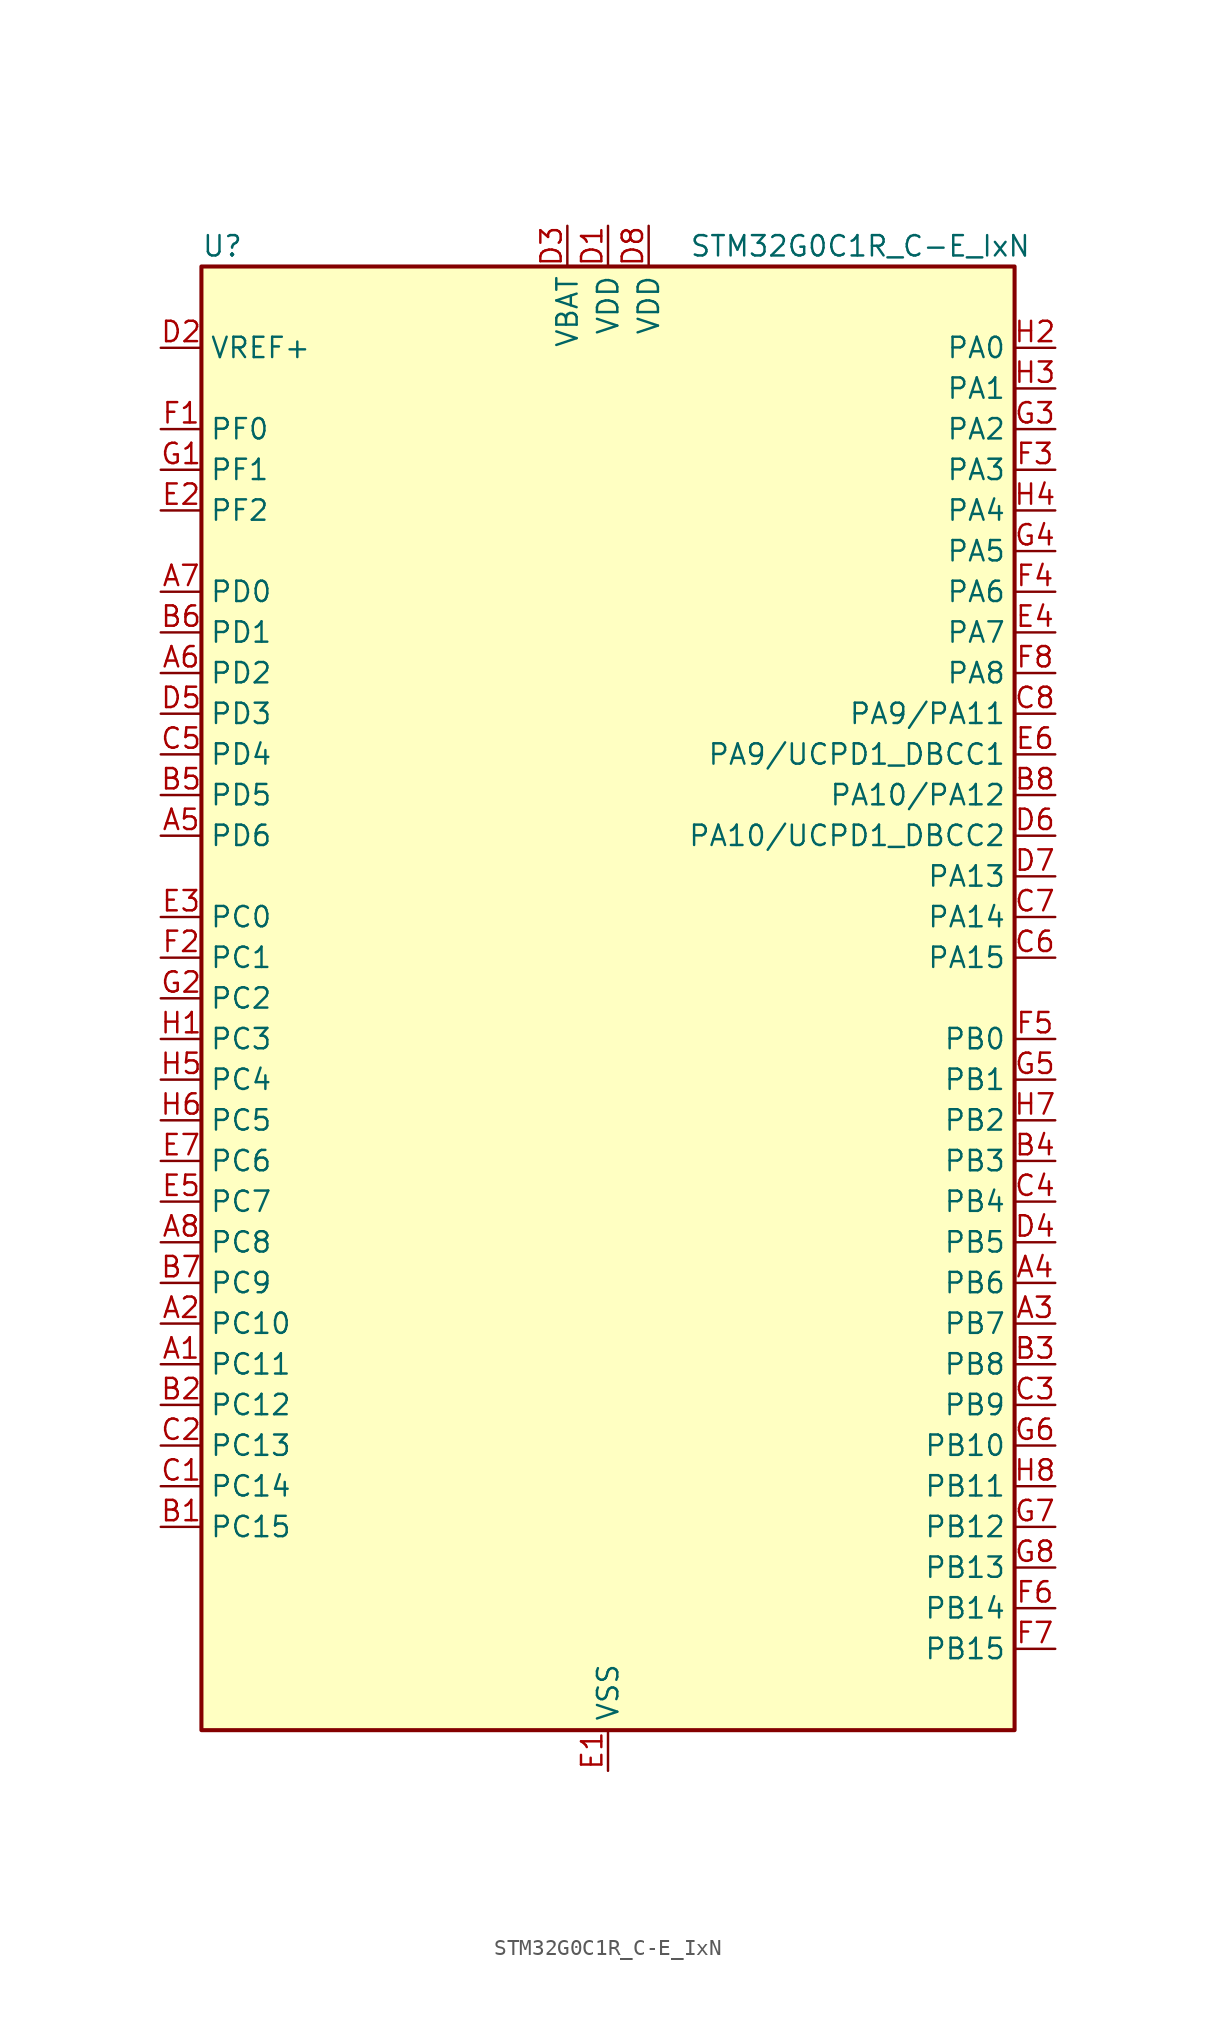
<source format=kicad_sym>
(kicad_symbol_lib
  (version 20231120)
  (generator "kicad-library-utils")
  (generator_version "8.0")
  (symbol "STM32G0C1R_C-E_IxN"
    (property "Reference" "U"
      (at -25.4 46.99 0)
      (effects (font (size 1.27 1.27)) (justify left)))
    (property "Value" "STM32G0C1R_C-E_IxN"
      (at 5.08 46.99 0)
      (effects (font (size 1.27 1.27)) (justify left)))
    (symbol "STM32G0C1R_C-E_IxN_0_1"
      (rectangle (start -25.4 -45.72) (end 25.4 45.72) (stroke (width 0.254) (type default)) (fill (type background))))
    (symbol "STM32G0C1R_C-E_IxN_1_1"
      (pin bidirectional line (at -27.94 -22.86 0) (length 2.54) (name "PC11" (effects (font (size 1.27 1.27)))) (number "A1" (effects (font (size 1.27 1.27)))) (alternate "ADC1_EXTI11" bidirectional line) (alternate "SPI3_MISO" bidirectional line) (alternate "TIM1_CH4" bidirectional line) (alternate "USART3_RX" bidirectional line) (alternate "USART4_RX" bidirectional line))
      (pin bidirectional line (at -27.94 -20.32 0) (length 2.54) (name "PC10" (effects (font (size 1.27 1.27)))) (number "A2" (effects (font (size 1.27 1.27)))) (alternate "SPI3_SCK" bidirectional line) (alternate "TIM1_CH3" bidirectional line) (alternate "USART3_TX" bidirectional line) (alternate "USART4_TX" bidirectional line))
      (pin bidirectional line (at 27.94 -20.32 180) (length 2.54) (name "PB7" (effects (font (size 1.27 1.27)))) (number "A3" (effects (font (size 1.27 1.27)))) (alternate "COMP2_INM" bidirectional line) (alternate "I2C1_SDA" bidirectional line) (alternate "I2S2_SD" bidirectional line) (alternate "LPTIM1_IN2" bidirectional line) (alternate "LPUART2_RX" bidirectional line) (alternate "SPI2_MOSI" bidirectional line) (alternate "SYS_PVD_IN" bidirectional line) (alternate "TIM17_CH1N" bidirectional line) (alternate "TIM4_CH2" bidirectional line) (alternate "USART1_RX" bidirectional line) (alternate "USART4_CTS" bidirectional line) (alternate "USART4_NSS" bidirectional line))
      (pin bidirectional line (at 27.94 -17.78 180) (length 2.54) (name "PB6" (effects (font (size 1.27 1.27)))) (number "A4" (effects (font (size 1.27 1.27)))) (alternate "COMP2_INP" bidirectional line) (alternate "FDCAN2_TX" bidirectional line) (alternate "I2C1_SCL" bidirectional line) (alternate "I2S2_MCK" bidirectional line) (alternate "LPTIM1_ETR" bidirectional line) (alternate "LPUART2_TX" bidirectional line) (alternate "SPI2_MISO" bidirectional line) (alternate "TIM16_CH1N" bidirectional line) (alternate "TIM1_CH3" bidirectional line) (alternate "TIM4_CH1" bidirectional line) (alternate "USART1_TX" bidirectional line) (alternate "USART5_CTS" bidirectional line) (alternate "USART5_NSS" bidirectional line))
      (pin bidirectional line (at -27.94 10.16 0) (length 2.54) (name "PD6" (effects (font (size 1.27 1.27)))) (number "A5" (effects (font (size 1.27 1.27)))) (alternate "I2S1_SD" bidirectional line) (alternate "LPTIM2_OUT" bidirectional line) (alternate "SPI1_MOSI" bidirectional line) (alternate "USART2_RX" bidirectional line))
      (pin bidirectional line (at -27.94 20.32 0) (length 2.54) (name "PD2" (effects (font (size 1.27 1.27)))) (number "A6" (effects (font (size 1.27 1.27)))) (alternate "TIM1_CH1N" bidirectional line) (alternate "TIM3_ETR" bidirectional line) (alternate "UCPD2_CC2" bidirectional line) (alternate "USART3_CK" bidirectional line) (alternate "USART3_DE" bidirectional line) (alternate "USART3_RTS" bidirectional line) (alternate "USART5_RX" bidirectional line))
      (pin bidirectional line (at -27.94 25.4 0) (length 2.54) (name "PD0" (effects (font (size 1.27 1.27)))) (number "A7" (effects (font (size 1.27 1.27)))) (alternate "FDCAN1_RX" bidirectional line) (alternate "I2S2_WS" bidirectional line) (alternate "SPI2_NSS" bidirectional line) (alternate "TIM16_CH1" bidirectional line) (alternate "UCPD2_CC1" bidirectional line))
      (pin bidirectional line (at -27.94 -15.24 0) (length 2.54) (name "PC8" (effects (font (size 1.27 1.27)))) (number "A8" (effects (font (size 1.27 1.27)))) (alternate "LPUART2_CTS" bidirectional line) (alternate "TIM1_CH1" bidirectional line) (alternate "TIM3_CH3" bidirectional line) (alternate "UCPD2_FRSTX1" bidirectional line) (alternate "UCPD2_FRSTX2" bidirectional line))
      (pin bidirectional line (at -27.94 -33.02 0) (length 2.54) (name "PC15" (effects (font (size 1.27 1.27)))) (number "B1" (effects (font (size 1.27 1.27)))) (alternate "RCC_OSC32_EN" bidirectional line) (alternate "RCC_OSC32_OUT" bidirectional line) (alternate "RCC_OSC_EN" bidirectional line) (alternate "TIM15_BK" bidirectional line))
      (pin bidirectional line (at -27.94 -25.4 0) (length 2.54) (name "PC12" (effects (font (size 1.27 1.27)))) (number "B2" (effects (font (size 1.27 1.27)))) (alternate "LPTIM1_IN1" bidirectional line) (alternate "SPI3_MOSI" bidirectional line) (alternate "TIM14_CH1" bidirectional line) (alternate "UCPD1_FRSTX1" bidirectional line) (alternate "UCPD1_FRSTX2" bidirectional line) (alternate "USART5_TX" bidirectional line))
      (pin bidirectional line (at 27.94 -22.86 180) (length 2.54) (name "PB8" (effects (font (size 1.27 1.27)))) (number "B3" (effects (font (size 1.27 1.27)))) (alternate "CEC" bidirectional line) (alternate "FDCAN1_RX" bidirectional line) (alternate "I2C1_SCL" bidirectional line) (alternate "I2S2_CK" bidirectional line) (alternate "SPI2_SCK" bidirectional line) (alternate "TIM15_BK" bidirectional line) (alternate "TIM16_CH1" bidirectional line) (alternate "TIM4_CH3" bidirectional line) (alternate "USART3_TX" bidirectional line) (alternate "USART6_TX" bidirectional line))
      (pin bidirectional line (at 27.94 -10.16 180) (length 2.54) (name "PB3" (effects (font (size 1.27 1.27)))) (number "B4" (effects (font (size 1.27 1.27)))) (alternate "COMP2_INM" bidirectional line) (alternate "I2C2_SCL" bidirectional line) (alternate "I2C3_SCL" bidirectional line) (alternate "I2S1_CK" bidirectional line) (alternate "SPI1_SCK" bidirectional line) (alternate "SPI3_SCK" bidirectional line) (alternate "TIM1_CH2" bidirectional line) (alternate "TIM2_CH2" bidirectional line) (alternate "USART1_CK" bidirectional line) (alternate "USART1_DE" bidirectional line) (alternate "USART1_RTS" bidirectional line) (alternate "USART5_TX" bidirectional line))
      (pin bidirectional line (at -27.94 12.7 0) (length 2.54) (name "PD5" (effects (font (size 1.27 1.27)))) (number "B5" (effects (font (size 1.27 1.27)))) (alternate "I2S1_MCK" bidirectional line) (alternate "SPI1_MISO" bidirectional line) (alternate "TIM1_BK" bidirectional line) (alternate "USART2_TX" bidirectional line) (alternate "USART5_CTS" bidirectional line) (alternate "USART5_NSS" bidirectional line))
      (pin bidirectional line (at -27.94 22.86 0) (length 2.54) (name "PD1" (effects (font (size 1.27 1.27)))) (number "B6" (effects (font (size 1.27 1.27)))) (alternate "FDCAN1_TX" bidirectional line) (alternate "I2S2_CK" bidirectional line) (alternate "SPI2_SCK" bidirectional line) (alternate "TIM17_CH1" bidirectional line) (alternate "UCPD2_DBCC1" bidirectional line))
      (pin bidirectional line (at -27.94 -17.78 0) (length 2.54) (name "PC9" (effects (font (size 1.27 1.27)))) (number "B7" (effects (font (size 1.27 1.27)))) (alternate "DAC1_EXTI9" bidirectional line) (alternate "I2S_CKIN" bidirectional line) (alternate "LPUART2_DE" bidirectional line) (alternate "LPUART2_RTS" bidirectional line) (alternate "TIM1_CH2" bidirectional line) (alternate "TIM3_CH4" bidirectional line) (alternate "USB_NOE" bidirectional line))
      (pin bidirectional line (at 27.94 12.7 180) (length 2.54) (name "PA10/PA12" (effects (font (size 1.27 1.27)))) (number "B8" (effects (font (size 1.27 1.27)))) (alternate "PA10" bidirectional line) (alternate "I2C1_SDA (PA10)" bidirectional line) (alternate "I2C2_SDA (PA10)" bidirectional line) (alternate "I2S2_SD (PA10)" bidirectional line) (alternate "RCC_MCO_2 (PA10)" bidirectional line) (alternate "SPI2_MOSI (PA10)" bidirectional line) (alternate "TIM17_BK (PA10)" bidirectional line) (alternate "TIM1_CH3 (PA10)" bidirectional line) (alternate "UCPD1_DBCC2 (PA10)" bidirectional line) (alternate "USART1_RX (PA10)" bidirectional line) (alternate "PA12" bidirectional line) (alternate "COMP2_OUT (PA12)" bidirectional line) (alternate "FDCAN1_TX (PA12)" bidirectional line) (alternate "I2C2_SDA (PA12)" bidirectional line) (alternate "I2S1_SD (PA12)" bidirectional line) (alternate "I2S_CKIN (PA12)" bidirectional line) (alternate "SPI1_MOSI (PA12)" bidirectional line) (alternate "TIM1_ETR (PA12)" bidirectional line) (alternate "USART1_CK (PA12)" bidirectional line) (alternate "USART1_DE (PA12)" bidirectional line) (alternate "USART1_RTS (PA12)" bidirectional line) (alternate "USB_DP (PA12)" bidirectional line))
      (pin bidirectional line (at -27.94 -30.48 0) (length 2.54) (name "PC14" (effects (font (size 1.27 1.27)))) (number "C1" (effects (font (size 1.27 1.27)))) (alternate "RCC_OSC32_IN" bidirectional line) (alternate "TIM1_BK2" bidirectional line))
      (pin bidirectional line (at -27.94 -27.94 0) (length 2.54) (name "PC13" (effects (font (size 1.27 1.27)))) (number "C2" (effects (font (size 1.27 1.27)))) (alternate "RTC_OUT1" bidirectional line) (alternate "RTC_TAMP_IN1" bidirectional line) (alternate "RTC_TS" bidirectional line) (alternate "SYS_WKUP2" bidirectional line) (alternate "TIM1_BK" bidirectional line))
      (pin bidirectional line (at 27.94 -25.4 180) (length 2.54) (name "PB9" (effects (font (size 1.27 1.27)))) (number "C3" (effects (font (size 1.27 1.27)))) (alternate "DAC1_EXTI9" bidirectional line) (alternate "FDCAN1_TX" bidirectional line) (alternate "I2C1_SDA" bidirectional line) (alternate "I2S2_WS" bidirectional line) (alternate "IR_OUT" bidirectional line) (alternate "SPI2_NSS" bidirectional line) (alternate "TIM17_CH1" bidirectional line) (alternate "TIM4_CH4" bidirectional line) (alternate "UCPD2_FRSTX1" bidirectional line) (alternate "UCPD2_FRSTX2" bidirectional line) (alternate "USART3_RX" bidirectional line) (alternate "USART6_RX" bidirectional line))
      (pin bidirectional line (at 27.94 -12.7 180) (length 2.54) (name "PB4" (effects (font (size 1.27 1.27)))) (number "C4" (effects (font (size 1.27 1.27)))) (alternate "COMP2_INP" bidirectional line) (alternate "I2C2_SDA" bidirectional line) (alternate "I2C3_SDA" bidirectional line) (alternate "I2S1_MCK" bidirectional line) (alternate "SPI1_MISO" bidirectional line) (alternate "SPI3_MISO" bidirectional line) (alternate "TIM17_BK" bidirectional line) (alternate "TIM3_CH1" bidirectional line) (alternate "USART1_CTS" bidirectional line) (alternate "USART1_NSS" bidirectional line) (alternate "USART5_RX" bidirectional line))
      (pin bidirectional line (at -27.94 15.24 0) (length 2.54) (name "PD4" (effects (font (size 1.27 1.27)))) (number "C5" (effects (font (size 1.27 1.27)))) (alternate "I2S2_SD" bidirectional line) (alternate "SPI2_MOSI" bidirectional line) (alternate "TIM1_CH3N" bidirectional line) (alternate "USART2_CK" bidirectional line) (alternate "USART2_DE" bidirectional line) (alternate "USART2_RTS" bidirectional line) (alternate "USART5_CK" bidirectional line) (alternate "USART5_DE" bidirectional line) (alternate "USART5_RTS" bidirectional line))
      (pin bidirectional line (at 27.94 2.54 180) (length 2.54) (name "PA15" (effects (font (size 1.27 1.27)))) (number "C6" (effects (font (size 1.27 1.27)))) (alternate "I2C2_SMBA" bidirectional line) (alternate "I2S1_WS" bidirectional line) (alternate "RCC_MCO_2" bidirectional line) (alternate "SPI1_NSS" bidirectional line) (alternate "SPI3_NSS" bidirectional line) (alternate "TIM2_CH1" bidirectional line) (alternate "TIM2_ETR" bidirectional line) (alternate "USART2_RX" bidirectional line) (alternate "USART3_CK" bidirectional line) (alternate "USART3_DE" bidirectional line) (alternate "USART3_RTS" bidirectional line) (alternate "USART4_CK" bidirectional line) (alternate "USART4_DE" bidirectional line) (alternate "USART4_RTS" bidirectional line) (alternate "USB_NOE" bidirectional line))
      (pin bidirectional line (at 27.94 5.08 180) (length 2.54) (name "PA14" (effects (font (size 1.27 1.27)))) (number "C7" (effects (font (size 1.27 1.27)))) (alternate "LPUART2_TX" bidirectional line) (alternate "SYS_SWCLK" bidirectional line) (alternate "USART2_TX" bidirectional line))
      (pin bidirectional line (at 27.94 17.78 180) (length 2.54) (name "PA9/PA11" (effects (font (size 1.27 1.27)))) (number "C8" (effects (font (size 1.27 1.27)))) (alternate "PA9" bidirectional line) (alternate "DAC1_EXTI9 (PA9)" bidirectional line) (alternate "I2C1_SCL (PA9)" bidirectional line) (alternate "I2C2_SCL (PA9)" bidirectional line) (alternate "I2S2_MCK (PA9)" bidirectional line) (alternate "RCC_MCO (PA9)" bidirectional line) (alternate "SPI2_MISO (PA9)" bidirectional line) (alternate "TIM15_BK (PA9)" bidirectional line) (alternate "TIM1_CH2 (PA9)" bidirectional line) (alternate "UCPD1_DBCC1 (PA9)" bidirectional line) (alternate "USART1_TX (PA9)" bidirectional line) (alternate "PA11" bidirectional line) (alternate "ADC1_EXTI11 (PA11)" bidirectional line) (alternate "COMP1_OUT (PA11)" bidirectional line) (alternate "FDCAN1_RX (PA11)" bidirectional line) (alternate "I2C2_SCL (PA11)" bidirectional line) (alternate "I2S1_MCK (PA11)" bidirectional line) (alternate "SPI1_MISO (PA11)" bidirectional line) (alternate "TIM1_BK2 (PA11)" bidirectional line) (alternate "TIM1_CH4 (PA11)" bidirectional line) (alternate "USART1_CTS (PA11)" bidirectional line) (alternate "USART1_NSS (PA11)" bidirectional line) (alternate "USB_DM (PA11)" bidirectional line))
      (pin power_in line (at 0 48.26 270) (length 2.54) (name "VDD" (effects (font (size 1.27 1.27)))) (number "D1" (effects (font (size 1.27 1.27)))))
      (pin input line (at -27.94 40.64 0) (length 2.54) (name "VREF+" (effects (font (size 1.27 1.27)))) (number "D2" (effects (font (size 1.27 1.27)))) (alternate "VREFBUF_OUT" bidirectional line))
      (pin power_in line (at -2.54 48.26 270) (length 2.54) (name "VBAT" (effects (font (size 1.27 1.27)))) (number "D3" (effects (font (size 1.27 1.27)))))
      (pin bidirectional line (at 27.94 -15.24 180) (length 2.54) (name "PB5" (effects (font (size 1.27 1.27)))) (number "D4" (effects (font (size 1.27 1.27)))) (alternate "COMP2_OUT" bidirectional line) (alternate "FDCAN2_RX" bidirectional line) (alternate "I2C1_SMBA" bidirectional line) (alternate "I2S1_SD" bidirectional line) (alternate "LPTIM1_IN1" bidirectional line) (alternate "SPI1_MOSI" bidirectional line) (alternate "SPI3_MOSI" bidirectional line) (alternate "SYS_WKUP6" bidirectional line) (alternate "TIM16_BK" bidirectional line) (alternate "TIM3_CH2" bidirectional line) (alternate "USART5_CK" bidirectional line) (alternate "USART5_DE" bidirectional line) (alternate "USART5_RTS" bidirectional line))
      (pin bidirectional line (at -27.94 17.78 0) (length 2.54) (name "PD3" (effects (font (size 1.27 1.27)))) (number "D5" (effects (font (size 1.27 1.27)))) (alternate "I2S2_MCK" bidirectional line) (alternate "SPI2_MISO" bidirectional line) (alternate "TIM1_CH2N" bidirectional line) (alternate "UCPD2_DBCC2" bidirectional line) (alternate "USART2_CTS" bidirectional line) (alternate "USART2_NSS" bidirectional line) (alternate "USART5_TX" bidirectional line))
      (pin bidirectional line (at 27.94 10.16 180) (length 2.54) (name "PA10/UCPD1_DBCC2" (effects (font (size 1.27 1.27)))) (number "D6" (effects (font (size 1.27 1.27)))) (alternate "PA10" bidirectional line) (alternate "I2C1_SDA (PA10)" bidirectional line) (alternate "I2C2_SDA (PA10)" bidirectional line) (alternate "I2S2_SD (PA10)" bidirectional line) (alternate "RCC_MCO_2 (PA10)" bidirectional line) (alternate "SPI2_MOSI (PA10)" bidirectional line) (alternate "TIM17_BK (PA10)" bidirectional line) (alternate "TIM1_CH3 (PA10)" bidirectional line) (alternate "UCPD1_DBCC2 (PA10)" bidirectional line) (alternate "USART1_RX (PA10)" bidirectional line) (alternate "UCPD1_DBCC2" bidirectional line) (alternate "UCPD1_DBCC2 (UCPD1_DBCC2)" bidirectional line))
      (pin bidirectional line (at 27.94 7.62 180) (length 2.54) (name "PA13" (effects (font (size 1.27 1.27)))) (number "D7" (effects (font (size 1.27 1.27)))) (alternate "IR_OUT" bidirectional line) (alternate "LPUART2_RX" bidirectional line) (alternate "SYS_SWDIO" bidirectional line) (alternate "USB_NOE" bidirectional line))
      (pin power_in line (at 2.54 48.26 270) (length 2.54) (name "VDD" (effects (font (size 1.27 1.27)))) (number "D8" (effects (font (size 1.27 1.27)))))
      (pin power_in line (at 0 -48.26 90) (length 2.54) (name "VSS" (effects (font (size 1.27 1.27)))) (number "E1" (effects (font (size 1.27 1.27)))))
      (pin bidirectional line (at -27.94 30.48 0) (length 2.54) (name "PF2" (effects (font (size 1.27 1.27)))) (number "E2" (effects (font (size 1.27 1.27)))) (alternate "LPUART2_DE" bidirectional line) (alternate "LPUART2_RTS" bidirectional line) (alternate "LPUART2_TX" bidirectional line) (alternate "RCC_MCO" bidirectional line))
      (pin bidirectional line (at -27.94 5.08 0) (length 2.54) (name "PC0" (effects (font (size 1.27 1.27)))) (number "E3" (effects (font (size 1.27 1.27)))) (alternate "COMP3_INM" bidirectional line) (alternate "COMP3_OUT" bidirectional line) (alternate "I2C3_SCL" bidirectional line) (alternate "LPTIM1_IN1" bidirectional line) (alternate "LPTIM2_IN1" bidirectional line) (alternate "LPUART1_RX" bidirectional line) (alternate "LPUART2_TX" bidirectional line) (alternate "USART6_TX" bidirectional line))
      (pin bidirectional line (at 27.94 22.86 180) (length 2.54) (name "PA7" (effects (font (size 1.27 1.27)))) (number "E4" (effects (font (size 1.27 1.27)))) (alternate "ADC1_IN7" bidirectional line) (alternate "COMP2_OUT" bidirectional line) (alternate "I2C2_SCL" bidirectional line) (alternate "I2C3_SCL" bidirectional line) (alternate "I2S1_SD" bidirectional line) (alternate "SPI1_MOSI" bidirectional line) (alternate "TIM14_CH1" bidirectional line) (alternate "TIM17_CH1" bidirectional line) (alternate "TIM1_CH1N" bidirectional line) (alternate "TIM3_CH2" bidirectional line) (alternate "UCPD1_FRSTX1" bidirectional line) (alternate "UCPD1_FRSTX2" bidirectional line) (alternate "USART6_CK" bidirectional line) (alternate "USART6_DE" bidirectional line) (alternate "USART6_RTS" bidirectional line))
      (pin bidirectional line (at -27.94 -12.7 0) (length 2.54) (name "PC7" (effects (font (size 1.27 1.27)))) (number "E5" (effects (font (size 1.27 1.27)))) (alternate "LPUART2_RX" bidirectional line) (alternate "TIM2_CH4" bidirectional line) (alternate "TIM3_CH2" bidirectional line) (alternate "UCPD2_FRSTX1" bidirectional line) (alternate "UCPD2_FRSTX2" bidirectional line))
      (pin bidirectional line (at 27.94 15.24 180) (length 2.54) (name "PA9/UCPD1_DBCC1" (effects (font (size 1.27 1.27)))) (number "E6" (effects (font (size 1.27 1.27)))) (alternate "PA9" bidirectional line) (alternate "DAC1_EXTI9 (PA9)" bidirectional line) (alternate "I2C1_SCL (PA9)" bidirectional line) (alternate "I2C2_SCL (PA9)" bidirectional line) (alternate "I2S2_MCK (PA9)" bidirectional line) (alternate "RCC_MCO (PA9)" bidirectional line) (alternate "SPI2_MISO (PA9)" bidirectional line) (alternate "TIM15_BK (PA9)" bidirectional line) (alternate "TIM1_CH2 (PA9)" bidirectional line) (alternate "UCPD1_DBCC1 (PA9)" bidirectional line) (alternate "USART1_TX (PA9)" bidirectional line) (alternate "UCPD1_DBCC1" bidirectional line) (alternate "UCPD1_DBCC1 (UCPD1_DBCC1)" bidirectional line))
      (pin bidirectional line (at -27.94 -10.16 0) (length 2.54) (name "PC6" (effects (font (size 1.27 1.27)))) (number "E7" (effects (font (size 1.27 1.27)))) (alternate "LPUART2_TX" bidirectional line) (alternate "TIM2_CH3" bidirectional line) (alternate "TIM3_CH1" bidirectional line) (alternate "UCPD1_FRSTX1" bidirectional line) (alternate "UCPD1_FRSTX2" bidirectional line))
      (pin passive line (at 0 -48.26 90) (length 2.54) hide (name "VSS" (effects (font (size 1.27 1.27)))) (number "E8" (effects (font (size 1.27 1.27)))))
      (pin bidirectional line (at -27.94 35.56 0) (length 2.54) (name "PF0" (effects (font (size 1.27 1.27)))) (number "F1" (effects (font (size 1.27 1.27)))) (alternate "CRS1_SYNC" bidirectional line) (alternate "RCC_OSC_IN" bidirectional line) (alternate "TIM14_CH1" bidirectional line))
      (pin bidirectional line (at -27.94 2.54 0) (length 2.54) (name "PC1" (effects (font (size 1.27 1.27)))) (number "F2" (effects (font (size 1.27 1.27)))) (alternate "COMP3_INP" bidirectional line) (alternate "I2C3_SDA" bidirectional line) (alternate "LPTIM1_OUT" bidirectional line) (alternate "LPUART1_TX" bidirectional line) (alternate "LPUART2_RX" bidirectional line) (alternate "TIM15_CH1" bidirectional line) (alternate "USART6_RX" bidirectional line))
      (pin bidirectional line (at 27.94 33.02 180) (length 2.54) (name "PA3" (effects (font (size 1.27 1.27)))) (number "F3" (effects (font (size 1.27 1.27)))) (alternate "ADC1_IN3" bidirectional line) (alternate "COMP2_INP" bidirectional line) (alternate "I2S2_MCK" bidirectional line) (alternate "LPUART1_RX" bidirectional line) (alternate "SPI2_MISO" bidirectional line) (alternate "TIM15_CH2" bidirectional line) (alternate "TIM2_CH4" bidirectional line) (alternate "UCPD2_FRSTX1" bidirectional line) (alternate "UCPD2_FRSTX2" bidirectional line) (alternate "USART2_RX" bidirectional line))
      (pin bidirectional line (at 27.94 25.4 180) (length 2.54) (name "PA6" (effects (font (size 1.27 1.27)))) (number "F4" (effects (font (size 1.27 1.27)))) (alternate "ADC1_IN6" bidirectional line) (alternate "COMP1_OUT" bidirectional line) (alternate "I2C2_SDA" bidirectional line) (alternate "I2C3_SDA" bidirectional line) (alternate "I2S1_MCK" bidirectional line) (alternate "LPUART1_CTS" bidirectional line) (alternate "SPI1_MISO" bidirectional line) (alternate "TIM16_CH1" bidirectional line) (alternate "TIM1_BK" bidirectional line) (alternate "TIM3_CH1" bidirectional line) (alternate "USART3_CTS" bidirectional line) (alternate "USART3_NSS" bidirectional line) (alternate "USART6_CTS" bidirectional line) (alternate "USART6_NSS" bidirectional line))
      (pin bidirectional line (at 27.94 -2.54 180) (length 2.54) (name "PB0" (effects (font (size 1.27 1.27)))) (number "F5" (effects (font (size 1.27 1.27)))) (alternate "ADC1_IN8" bidirectional line) (alternate "COMP1_OUT" bidirectional line) (alternate "COMP3_INP" bidirectional line) (alternate "FDCAN2_RX" bidirectional line) (alternate "I2S1_WS" bidirectional line) (alternate "LPTIM1_OUT" bidirectional line) (alternate "LPUART2_CTS" bidirectional line) (alternate "SPI1_NSS" bidirectional line) (alternate "TIM1_CH2N" bidirectional line) (alternate "TIM3_CH3" bidirectional line) (alternate "UCPD1_FRSTX1" bidirectional line) (alternate "UCPD1_FRSTX2" bidirectional line) (alternate "USART3_RX" bidirectional line) (alternate "USART5_TX" bidirectional line))
      (pin bidirectional line (at 27.94 -38.1 180) (length 2.54) (name "PB14" (effects (font (size 1.27 1.27)))) (number "F6" (effects (font (size 1.27 1.27)))) (alternate "I2C2_SDA" bidirectional line) (alternate "I2S2_MCK" bidirectional line) (alternate "SPI2_MISO" bidirectional line) (alternate "TIM15_CH1" bidirectional line) (alternate "TIM1_CH2N" bidirectional line) (alternate "UCPD1_FRSTX1" bidirectional line) (alternate "UCPD1_FRSTX2" bidirectional line) (alternate "USART3_CK" bidirectional line) (alternate "USART3_DE" bidirectional line) (alternate "USART3_RTS" bidirectional line) (alternate "USART6_CK" bidirectional line) (alternate "USART6_DE" bidirectional line) (alternate "USART6_RTS" bidirectional line))
      (pin bidirectional line (at 27.94 -40.64 180) (length 2.54) (name "PB15" (effects (font (size 1.27 1.27)))) (number "F7" (effects (font (size 1.27 1.27)))) (alternate "I2S2_SD" bidirectional line) (alternate "RTC_REFIN" bidirectional line) (alternate "SPI2_MOSI" bidirectional line) (alternate "TIM15_CH1N" bidirectional line) (alternate "TIM15_CH2" bidirectional line) (alternate "TIM1_CH3N" bidirectional line) (alternate "UCPD1_CC2" bidirectional line) (alternate "USART6_CTS" bidirectional line) (alternate "USART6_NSS" bidirectional line))
      (pin bidirectional line (at 27.94 20.32 180) (length 2.54) (name "PA8" (effects (font (size 1.27 1.27)))) (number "F8" (effects (font (size 1.27 1.27)))) (alternate "CRS1_SYNC" bidirectional line) (alternate "I2C2_SMBA" bidirectional line) (alternate "I2S2_WS" bidirectional line) (alternate "LPTIM2_OUT" bidirectional line) (alternate "RCC_MCO" bidirectional line) (alternate "SPI2_NSS" bidirectional line) (alternate "TIM1_CH1" bidirectional line) (alternate "UCPD1_CC1" bidirectional line))
      (pin bidirectional line (at -27.94 33.02 0) (length 2.54) (name "PF1" (effects (font (size 1.27 1.27)))) (number "G1" (effects (font (size 1.27 1.27)))) (alternate "RCC_OSC_EN" bidirectional line) (alternate "RCC_OSC_OUT" bidirectional line) (alternate "TIM15_CH1N" bidirectional line))
      (pin bidirectional line (at -27.94 0 0) (length 2.54) (name "PC2" (effects (font (size 1.27 1.27)))) (number "G2" (effects (font (size 1.27 1.27)))) (alternate "COMP3_OUT" bidirectional line) (alternate "FDCAN2_RX" bidirectional line) (alternate "I2S2_MCK" bidirectional line) (alternate "LPTIM1_IN2" bidirectional line) (alternate "SPI2_MISO" bidirectional line) (alternate "TIM15_CH2" bidirectional line))
      (pin bidirectional line (at 27.94 35.56 180) (length 2.54) (name "PA2" (effects (font (size 1.27 1.27)))) (number "G3" (effects (font (size 1.27 1.27)))) (alternate "ADC1_IN2" bidirectional line) (alternate "COMP2_INM" bidirectional line) (alternate "COMP2_OUT" bidirectional line) (alternate "I2S1_SD" bidirectional line) (alternate "LPUART1_TX" bidirectional line) (alternate "RCC_LSCO" bidirectional line) (alternate "SPI1_MOSI" bidirectional line) (alternate "SYS_WKUP4" bidirectional line) (alternate "TIM15_CH1" bidirectional line) (alternate "TIM2_CH3" bidirectional line) (alternate "UCPD1_FRSTX1" bidirectional line) (alternate "UCPD1_FRSTX2" bidirectional line) (alternate "USART2_TX" bidirectional line))
      (pin bidirectional line (at 27.94 27.94 180) (length 2.54) (name "PA5" (effects (font (size 1.27 1.27)))) (number "G4" (effects (font (size 1.27 1.27)))) (alternate "ADC1_IN5" bidirectional line) (alternate "CEC" bidirectional line) (alternate "DAC1_OUT2" bidirectional line) (alternate "I2S1_CK" bidirectional line) (alternate "LPTIM2_ETR" bidirectional line) (alternate "SPI1_SCK" bidirectional line) (alternate "TIM2_CH1" bidirectional line) (alternate "TIM2_ETR" bidirectional line) (alternate "UCPD1_FRSTX1" bidirectional line) (alternate "UCPD1_FRSTX2" bidirectional line) (alternate "USART3_TX" bidirectional line) (alternate "USART6_RX" bidirectional line))
      (pin bidirectional line (at 27.94 -5.08 180) (length 2.54) (name "PB1" (effects (font (size 1.27 1.27)))) (number "G5" (effects (font (size 1.27 1.27)))) (alternate "ADC1_IN9" bidirectional line) (alternate "COMP1_INM" bidirectional line) (alternate "COMP3_OUT" bidirectional line) (alternate "FDCAN2_TX" bidirectional line) (alternate "LPTIM2_IN1" bidirectional line) (alternate "LPUART1_DE" bidirectional line) (alternate "LPUART1_RTS" bidirectional line) (alternate "LPUART2_DE" bidirectional line) (alternate "LPUART2_RTS" bidirectional line) (alternate "TIM14_CH1" bidirectional line) (alternate "TIM1_CH3N" bidirectional line) (alternate "TIM3_CH4" bidirectional line) (alternate "USART3_CK" bidirectional line) (alternate "USART3_DE" bidirectional line) (alternate "USART3_RTS" bidirectional line) (alternate "USART5_RX" bidirectional line))
      (pin bidirectional line (at 27.94 -27.94 180) (length 2.54) (name "PB10" (effects (font (size 1.27 1.27)))) (number "G6" (effects (font (size 1.27 1.27)))) (alternate "ADC1_IN11" bidirectional line) (alternate "CEC" bidirectional line) (alternate "COMP1_OUT" bidirectional line) (alternate "I2C2_SCL" bidirectional line) (alternate "I2S2_CK" bidirectional line) (alternate "LPUART1_RX" bidirectional line) (alternate "SPI2_SCK" bidirectional line) (alternate "TIM2_CH3" bidirectional line) (alternate "USART3_TX" bidirectional line))
      (pin bidirectional line (at 27.94 -33.02 180) (length 2.54) (name "PB12" (effects (font (size 1.27 1.27)))) (number "G7" (effects (font (size 1.27 1.27)))) (alternate "ADC1_IN16" bidirectional line) (alternate "FDCAN2_RX" bidirectional line) (alternate "I2C2_SMBA" bidirectional line) (alternate "I2S2_WS" bidirectional line) (alternate "LPUART1_DE" bidirectional line) (alternate "LPUART1_RTS" bidirectional line) (alternate "SPI2_NSS" bidirectional line) (alternate "TIM15_BK" bidirectional line) (alternate "TIM1_BK" bidirectional line) (alternate "UCPD2_FRSTX1" bidirectional line) (alternate "UCPD2_FRSTX2" bidirectional line))
      (pin bidirectional line (at 27.94 -35.56 180) (length 2.54) (name "PB13" (effects (font (size 1.27 1.27)))) (number "G8" (effects (font (size 1.27 1.27)))) (alternate "FDCAN2_TX" bidirectional line) (alternate "I2C2_SCL" bidirectional line) (alternate "I2S2_CK" bidirectional line) (alternate "LPUART1_CTS" bidirectional line) (alternate "SPI2_SCK" bidirectional line) (alternate "TIM15_CH1N" bidirectional line) (alternate "TIM1_CH1N" bidirectional line) (alternate "USART3_CTS" bidirectional line) (alternate "USART3_NSS" bidirectional line))
      (pin bidirectional line (at -27.94 -2.54 0) (length 2.54) (name "PC3" (effects (font (size 1.27 1.27)))) (number "H1" (effects (font (size 1.27 1.27)))) (alternate "FDCAN2_TX" bidirectional line) (alternate "I2S2_SD" bidirectional line) (alternate "LPTIM1_ETR" bidirectional line) (alternate "LPTIM2_ETR" bidirectional line) (alternate "SPI2_MOSI" bidirectional line))
      (pin bidirectional line (at 27.94 40.64 180) (length 2.54) (name "PA0" (effects (font (size 1.27 1.27)))) (number "H2" (effects (font (size 1.27 1.27)))) (alternate "ADC1_IN0" bidirectional line) (alternate "COMP1_INM" bidirectional line) (alternate "COMP1_OUT" bidirectional line) (alternate "I2S2_CK" bidirectional line) (alternate "LPTIM1_OUT" bidirectional line) (alternate "RTC_TAMP_IN2" bidirectional line) (alternate "SPI2_SCK" bidirectional line) (alternate "SYS_WKUP1" bidirectional line) (alternate "TIM2_CH1" bidirectional line) (alternate "TIM2_ETR" bidirectional line) (alternate "UCPD2_FRSTX1" bidirectional line) (alternate "UCPD2_FRSTX2" bidirectional line) (alternate "USART2_CTS" bidirectional line) (alternate "USART2_NSS" bidirectional line) (alternate "USART4_TX" bidirectional line))
      (pin bidirectional line (at 27.94 38.1 180) (length 2.54) (name "PA1" (effects (font (size 1.27 1.27)))) (number "H3" (effects (font (size 1.27 1.27)))) (alternate "ADC1_IN1" bidirectional line) (alternate "COMP1_INP" bidirectional line) (alternate "I2C1_SMBA" bidirectional line) (alternate "I2S1_CK" bidirectional line) (alternate "SPI1_SCK" bidirectional line) (alternate "TIM15_CH1N" bidirectional line) (alternate "TIM2_CH2" bidirectional line) (alternate "USART2_CK" bidirectional line) (alternate "USART2_DE" bidirectional line) (alternate "USART2_RTS" bidirectional line) (alternate "USART4_RX" bidirectional line))
      (pin bidirectional line (at 27.94 30.48 180) (length 2.54) (name "PA4" (effects (font (size 1.27 1.27)))) (number "H4" (effects (font (size 1.27 1.27)))) (alternate "ADC1_IN4" bidirectional line) (alternate "DAC1_OUT1" bidirectional line) (alternate "I2S1_WS" bidirectional line) (alternate "I2S2_SD" bidirectional line) (alternate "LPTIM2_OUT" bidirectional line) (alternate "RTC_OUT2" bidirectional line) (alternate "SPI1_NSS" bidirectional line) (alternate "SPI2_MOSI" bidirectional line) (alternate "SPI3_NSS" bidirectional line) (alternate "TIM14_CH1" bidirectional line) (alternate "UCPD2_FRSTX1" bidirectional line) (alternate "UCPD2_FRSTX2" bidirectional line) (alternate "USART6_TX" bidirectional line) (alternate "USB_NOE" bidirectional line))
      (pin bidirectional line (at -27.94 -5.08 0) (length 2.54) (name "PC4" (effects (font (size 1.27 1.27)))) (number "H5" (effects (font (size 1.27 1.27)))) (alternate "ADC1_IN17" bidirectional line) (alternate "COMP1_INM" bidirectional line) (alternate "FDCAN1_RX" bidirectional line) (alternate "TIM2_CH1" bidirectional line) (alternate "TIM2_ETR" bidirectional line) (alternate "USART1_TX" bidirectional line) (alternate "USART3_TX" bidirectional line))
      (pin bidirectional line (at -27.94 -7.62 0) (length 2.54) (name "PC5" (effects (font (size 1.27 1.27)))) (number "H6" (effects (font (size 1.27 1.27)))) (alternate "ADC1_IN18" bidirectional line) (alternate "COMP1_INP" bidirectional line) (alternate "FDCAN1_TX" bidirectional line) (alternate "SYS_WKUP5" bidirectional line) (alternate "TIM2_CH2" bidirectional line) (alternate "USART1_RX" bidirectional line) (alternate "USART3_RX" bidirectional line))
      (pin bidirectional line (at 27.94 -7.62 180) (length 2.54) (name "PB2" (effects (font (size 1.27 1.27)))) (number "H7" (effects (font (size 1.27 1.27)))) (alternate "ADC1_IN10" bidirectional line) (alternate "COMP1_INP" bidirectional line) (alternate "COMP3_INM" bidirectional line) (alternate "I2S2_MCK" bidirectional line) (alternate "LPTIM1_OUT" bidirectional line) (alternate "RCC_MCO_2" bidirectional line) (alternate "SPI2_MISO" bidirectional line) (alternate "USART3_TX" bidirectional line))
      (pin bidirectional line (at 27.94 -30.48 180) (length 2.54) (name "PB11" (effects (font (size 1.27 1.27)))) (number "H8" (effects (font (size 1.27 1.27)))) (alternate "ADC1_EXTI11" bidirectional line) (alternate "ADC1_IN15" bidirectional line) (alternate "COMP2_OUT" bidirectional line) (alternate "I2C2_SDA" bidirectional line) (alternate "I2S2_SD" bidirectional line) (alternate "LPUART1_TX" bidirectional line) (alternate "SPI2_MOSI" bidirectional line) (alternate "TIM2_CH4" bidirectional line) (alternate "USART3_RX" bidirectional line)))))
</source>
